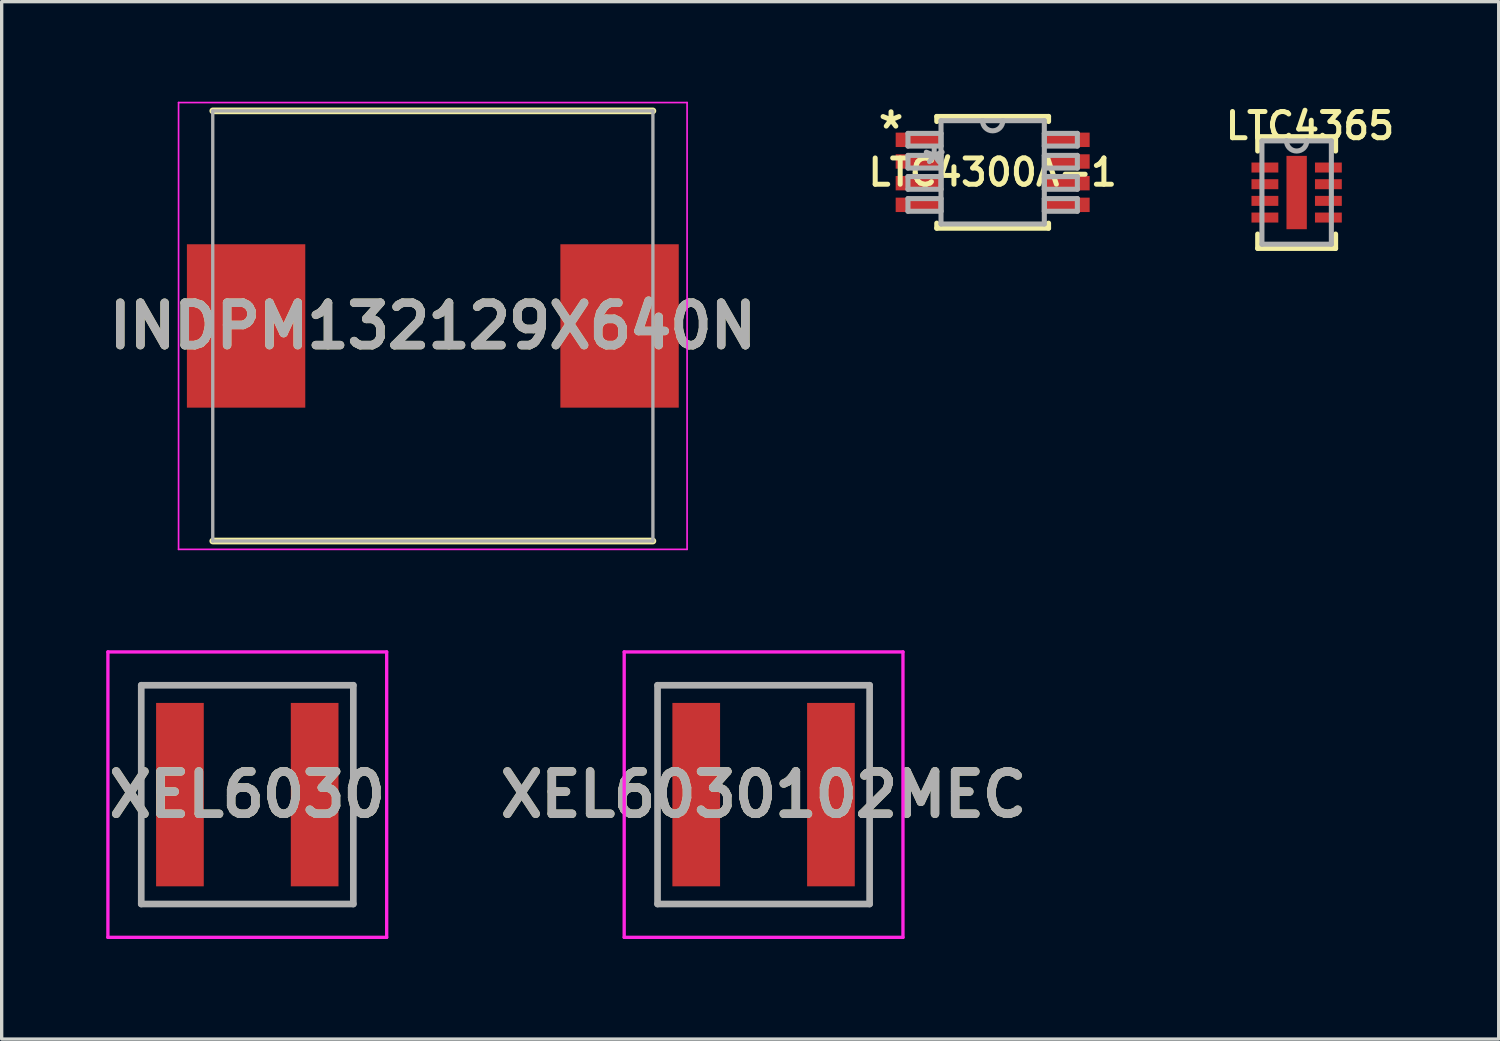
<source format=kicad_pcb>
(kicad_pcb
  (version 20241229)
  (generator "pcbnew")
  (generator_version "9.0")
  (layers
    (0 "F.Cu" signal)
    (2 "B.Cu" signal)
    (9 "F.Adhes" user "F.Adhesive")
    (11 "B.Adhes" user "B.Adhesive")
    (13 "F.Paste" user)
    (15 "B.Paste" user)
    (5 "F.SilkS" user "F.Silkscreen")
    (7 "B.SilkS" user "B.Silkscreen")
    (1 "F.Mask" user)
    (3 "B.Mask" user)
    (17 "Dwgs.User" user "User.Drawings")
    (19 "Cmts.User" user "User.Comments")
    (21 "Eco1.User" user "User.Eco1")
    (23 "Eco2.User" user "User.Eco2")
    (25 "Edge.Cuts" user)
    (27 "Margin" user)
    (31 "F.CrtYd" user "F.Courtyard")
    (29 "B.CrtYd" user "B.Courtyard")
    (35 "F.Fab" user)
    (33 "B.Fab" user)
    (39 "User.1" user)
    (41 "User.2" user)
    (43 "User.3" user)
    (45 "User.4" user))
  (footprint "LTC4365"
    (layer "F.Cu")
    (at 35.835 2.724)
    (property "Reference" "LTC4365" (at 0.4 -2 0) (layer "F.SilkS") (effects (font (size 0.787 0.787) (thickness 0.15))))
    (attr smd)
    (fp_line (start -1.168 -1.676) (end -1.168 -1.245) (stroke (width 0.152) (type solid)) (layer "F.SilkS"))
    (fp_line (start -1.168 1.245) (end -1.168 1.676) (stroke (width 0.152) (type solid)) (layer "F.SilkS"))
    (fp_line (start -1.168 1.676) (end 1.168 1.676) (stroke (width 0.152) (type solid)) (layer "F.SilkS"))
    (fp_line (start 1.168 -1.676) (end -1.168 -1.676) (stroke (width 0.152) (type solid)) (layer "F.SilkS"))
    (fp_line (start 1.168 -1.245) (end 1.168 -1.676) (stroke (width 0.152) (type solid)) (layer "F.SilkS"))
    (fp_line (start 1.168 1.676) (end 1.168 1.245) (stroke (width 0.152) (type solid)) (layer "F.SilkS"))
    (fp_poly (pts (xy -0.305 -1.1) (xy -0.305 1.1) (xy 0.305 1.1) (xy 0.305 -1.1)) (stroke (width 0.025) (type solid)) (fill yes) (layer "F.Paste"))
    (fp_line (start -1.041 -1.549) (end -1.041 1.549) (stroke (width 0.152) (type solid)) (layer "F.Fab"))
    (fp_line (start -1.041 1.549) (end 1.041 1.549) (stroke (width 0.152) (type solid)) (layer "F.Fab"))
    (fp_line (start -0.305 -1.549) (end -1.041 -1.549) (stroke (width 0.152) (type solid)) (layer "F.Fab"))
    (fp_line (start 0.305 -1.549) (end -0.305 -1.549) (stroke (width 0.152) (type solid)) (layer "F.Fab"))
    (fp_line (start 1.041 -1.549) (end 0.305 -1.549) (stroke (width 0.152) (type solid)) (layer "F.Fab"))
    (fp_line (start 1.041 1.549) (end 1.041 -1.549) (stroke (width 0.152) (type solid)) (layer "F.Fab"))
    (fp_arc (start 0.3048 -1.5494) (mid 0 -1.2446) (end -0.3048 -1.5494) (stroke (width 0.1524) (type solid)) (layer "F.Fab"))
    (pad "1" smd rect (at -0.952 -0.75) (size 0.805 0.3) (layers "F.Cu" "F.Mask" "F.Paste"))
    (pad "1" smd rect (at 0 0) (size 0.61 2.2) (layers "F.Cu" "F.Mask"))
    (pad "2" smd rect (at -0.952 -0.25) (size 0.805 0.3) (layers "F.Cu" "F.Mask" "F.Paste"))
    (pad "3" smd rect (at -0.952 0.25) (size 0.805 0.3) (layers "F.Cu" "F.Mask" "F.Paste"))
    (pad "4" smd rect (at -0.952 0.75) (size 0.805 0.3) (layers "F.Cu" "F.Mask" "F.Paste"))
    (pad "5" smd rect (at 0.952 0.75) (size 0.805 0.3) (layers "F.Cu" "F.Mask" "F.Paste"))
    (pad "6" smd rect (at 0.952 0.25) (size 0.805 0.3) (layers "F.Cu" "F.Mask" "F.Paste"))
    (pad "7" smd rect (at 0.952 -0.25) (size 0.805 0.3) (layers "F.Cu" "F.Mask" "F.Paste"))
    (pad "8" smd rect (at 0.952 -0.75) (size 0.805 0.3) (layers "F.Cu" "F.Mask" "F.Paste")))
  (footprint "XEL6030"
    (layer "F.Cu")
    (at 4.366 20.78)
    (property "Reference" "XEL6030" (at 0 0 0) (layer "F.SilkS") (effects (font (size 1.27 1.27) (thickness 0.254))))
    (attr smd)
    (fp_line (start -3.18 -3.28) (end 3.18 -3.28) (stroke (width 0.1) (type solid)) (layer "F.SilkS"))
    (fp_line (start -3.18 3.28) (end -3.18 -3.28) (stroke (width 0.1) (type solid)) (layer "F.SilkS"))
    (fp_line (start 3.18 -3.28) (end 3.18 3.28) (stroke (width 0.1) (type solid)) (layer "F.SilkS"))
    (fp_line (start 3.18 3.28) (end -3.18 3.28) (stroke (width 0.1) (type solid)) (layer "F.SilkS"))
    (fp_line (start -4.18 -4.28) (end 4.18 -4.28) (stroke (width 0.1) (type solid)) (layer "F.CrtYd"))
    (fp_line (start -4.18 4.28) (end -4.18 -4.28) (stroke (width 0.1) (type solid)) (layer "F.CrtYd"))
    (fp_line (start 4.18 -4.28) (end 4.18 4.28) (stroke (width 0.1) (type solid)) (layer "F.CrtYd"))
    (fp_line (start 4.18 4.28) (end -4.18 4.28) (stroke (width 0.1) (type solid)) (layer "F.CrtYd"))
    (fp_line (start -3.18 -3.28) (end 3.18 -3.28) (stroke (width 0.2) (type solid)) (layer "F.Fab"))
    (fp_line (start -3.18 3.28) (end -3.18 -3.28) (stroke (width 0.2) (type solid)) (layer "F.Fab"))
    (fp_line (start 3.18 -3.28) (end 3.18 3.28) (stroke (width 0.2) (type solid)) (layer "F.Fab"))
    (fp_line (start 3.18 3.28) (end -3.18 3.28) (stroke (width 0.2) (type solid)) (layer "F.Fab"))
    (fp_text user "${REFERENCE}" (at 0 0 0) (layer "F.Fab") (effects (font (size 1.27 1.27) (thickness 0.254))))
    (pad "1" smd rect (at -2.02 0) (size 1.43 5.5) (layers "F.Cu" "F.Mask" "F.Paste"))
    (pad "2" smd rect (at 2.02 0) (size 1.43 5.5) (layers "F.Cu" "F.Mask" "F.Paste")))
  (footprint "INDPM132129X640N"
    (layer "F.Cu")
    (at 9.93 6.725)
    (property "Reference" "INDPM132129X640N" (at 0 0 0) (layer "F.SilkS") (effects (font (size 1.27 1.27) (thickness 0.254))))
    (attr smd)
    (fp_line (start -6.6 6.45) (end 6.6 6.45) (stroke (width 0.2) (type solid)) (layer "F.SilkS"))
    (fp_line (start 6.6 -6.45) (end -6.6 -6.45) (stroke (width 0.2) (type solid)) (layer "F.SilkS"))
    (fp_line (start -7.625 -6.7) (end 7.625 -6.7) (stroke (width 0.05) (type solid)) (layer "F.CrtYd"))
    (fp_line (start -7.625 6.7) (end -7.625 -6.7) (stroke (width 0.05) (type solid)) (layer "F.CrtYd"))
    (fp_line (start 7.625 -6.7) (end 7.625 6.7) (stroke (width 0.05) (type solid)) (layer "F.CrtYd"))
    (fp_line (start 7.625 6.7) (end -7.625 6.7) (stroke (width 0.05) (type solid)) (layer "F.CrtYd"))
    (fp_line (start -6.6 -6.45) (end 6.6 -6.45) (stroke (width 0.1) (type solid)) (layer "F.Fab"))
    (fp_line (start -6.6 6.45) (end -6.6 -6.45) (stroke (width 0.1) (type solid)) (layer "F.Fab"))
    (fp_line (start 6.6 -6.45) (end 6.6 6.45) (stroke (width 0.1) (type solid)) (layer "F.Fab"))
    (fp_line (start 6.6 6.45) (end -6.6 6.45) (stroke (width 0.1) (type solid)) (layer "F.Fab"))
    (fp_text user "${REFERENCE}" (at 0 0 0) (layer "F.Fab") (effects (font (size 1.27 1.27) (thickness 0.254))))
    (pad "1" smd rect (at -5.6 0) (size 3.55 4.9) (layers "F.Cu" "F.Mask" "F.Paste"))
    (pad "2" smd rect (at 5.6 0) (size 3.55 4.9) (layers "F.Cu" "F.Mask" "F.Paste")))
  (footprint "XEL6030102MEC"
    (layer "F.Cu")
    (at 19.849 20.78)
    (property "Reference" "XEL6030102MEC" (at 0 0 0) (layer "F.SilkS") (effects (font (size 1.27 1.27) (thickness 0.254))))
    (attr smd)
    (fp_line (start -3.18 -3.28) (end 3.18 -3.28) (stroke (width 0.1) (type solid)) (layer "F.SilkS"))
    (fp_line (start -3.18 3.28) (end -3.18 -3.28) (stroke (width 0.1) (type solid)) (layer "F.SilkS"))
    (fp_line (start 3.18 -3.28) (end 3.18 3.28) (stroke (width 0.1) (type solid)) (layer "F.SilkS"))
    (fp_line (start 3.18 3.28) (end -3.18 3.28) (stroke (width 0.1) (type solid)) (layer "F.SilkS"))
    (fp_line (start -4.18 -4.28) (end 4.18 -4.28) (stroke (width 0.1) (type solid)) (layer "F.CrtYd"))
    (fp_line (start -4.18 4.28) (end -4.18 -4.28) (stroke (width 0.1) (type solid)) (layer "F.CrtYd"))
    (fp_line (start 4.18 -4.28) (end 4.18 4.28) (stroke (width 0.1) (type solid)) (layer "F.CrtYd"))
    (fp_line (start 4.18 4.28) (end -4.18 4.28) (stroke (width 0.1) (type solid)) (layer "F.CrtYd"))
    (fp_line (start -3.18 -3.28) (end 3.18 -3.28) (stroke (width 0.2) (type solid)) (layer "F.Fab"))
    (fp_line (start -3.18 3.28) (end -3.18 -3.28) (stroke (width 0.2) (type solid)) (layer "F.Fab"))
    (fp_line (start 3.18 -3.28) (end 3.18 3.28) (stroke (width 0.2) (type solid)) (layer "F.Fab"))
    (fp_line (start 3.18 3.28) (end -3.18 3.28) (stroke (width 0.2) (type solid)) (layer "F.Fab"))
    (fp_text user "${REFERENCE}" (at 0 0 0) (layer "F.Fab") (effects (font (size 1.27 1.27) (thickness 0.254))))
    (pad "1" smd rect (at -2.02 0) (size 1.43 5.5) (layers "F.Cu" "F.Mask" "F.Paste"))
    (pad "2" smd rect (at 2.02 0) (size 1.43 5.5) (layers "F.Cu" "F.Mask" "F.Paste")))
  (footprint "LTC4300A-1"
    (layer "F.Cu")
    (at 26.719 2.118)
    (property "Reference" "LTC4300A-1" (at 0 0 0) (layer "F.SilkS") (effects (font (size 0.787 0.787) (thickness 0.15))))
    (attr smd)
    (fp_line (start -1.676 -1.676) (end -1.676 -1.524) (stroke (width 0.152) (type solid)) (layer "F.SilkS"))
    (fp_line (start -1.676 1.524) (end -1.676 1.676) (stroke (width 0.152) (type solid)) (layer "F.SilkS"))
    (fp_line (start -1.676 1.676) (end 1.676 1.676) (stroke (width 0.152) (type solid)) (layer "F.SilkS"))
    (fp_line (start 1.676 -1.676) (end -1.676 -1.676) (stroke (width 0.152) (type solid)) (layer "F.SilkS"))
    (fp_line (start 1.676 -1.524) (end 1.676 -1.676) (stroke (width 0.152) (type solid)) (layer "F.SilkS"))
    (fp_line (start 1.676 1.676) (end 1.676 1.524) (stroke (width 0.152) (type solid)) (layer "F.SilkS"))
    (fp_line (start -2.54 -1.168) (end -2.54 -0.787) (stroke (width 0.152) (type solid)) (layer "F.Fab"))
    (fp_line (start -2.54 -0.787) (end -1.549 -0.787) (stroke (width 0.152) (type solid)) (layer "F.Fab"))
    (fp_line (start -2.54 -0.508) (end -2.54 -0.127) (stroke (width 0.152) (type solid)) (layer "F.Fab"))
    (fp_line (start -2.54 -0.127) (end -1.549 -0.127) (stroke (width 0.152) (type solid)) (layer "F.Fab"))
    (fp_line (start -2.54 0.127) (end -2.54 0.508) (stroke (width 0.152) (type solid)) (layer "F.Fab"))
    (fp_line (start -2.54 0.508) (end -1.549 0.508) (stroke (width 0.152) (type solid)) (layer "F.Fab"))
    (fp_line (start -2.54 0.787) (end -2.54 1.168) (stroke (width 0.152) (type solid)) (layer "F.Fab"))
    (fp_line (start -2.54 1.168) (end -1.549 1.168) (stroke (width 0.152) (type solid)) (layer "F.Fab"))
    (fp_line (start -1.549 -1.549) (end -1.549 1.549) (stroke (width 0.152) (type solid)) (layer "F.Fab"))
    (fp_line (start -1.549 -1.168) (end -2.54 -1.168) (stroke (width 0.152) (type solid)) (layer "F.Fab"))
    (fp_line (start -1.549 -0.787) (end -1.549 -1.168) (stroke (width 0.152) (type solid)) (layer "F.Fab"))
    (fp_line (start -1.549 -0.508) (end -2.54 -0.508) (stroke (width 0.152) (type solid)) (layer "F.Fab"))
    (fp_line (start -1.549 -0.127) (end -1.549 -0.508) (stroke (width 0.152) (type solid)) (layer "F.Fab"))
    (fp_line (start -1.549 0.127) (end -2.54 0.127) (stroke (width 0.152) (type solid)) (layer "F.Fab"))
    (fp_line (start -1.549 0.508) (end -1.549 0.127) (stroke (width 0.152) (type solid)) (layer "F.Fab"))
    (fp_line (start -1.549 0.787) (end -2.54 0.787) (stroke (width 0.152) (type solid)) (layer "F.Fab"))
    (fp_line (start -1.549 1.168) (end -1.549 0.787) (stroke (width 0.152) (type solid)) (layer "F.Fab"))
    (fp_line (start -1.549 1.549) (end 1.549 1.549) (stroke (width 0.152) (type solid)) (layer "F.Fab"))
    (fp_line (start -0.305 -1.549) (end -1.549 -1.549) (stroke (width 0.152) (type solid)) (layer "F.Fab"))
    (fp_line (start 0.305 -1.549) (end -0.305 -1.549) (stroke (width 0.152) (type solid)) (layer "F.Fab"))
    (fp_line (start 1.549 -1.549) (end 0.305 -1.549) (stroke (width 0.152) (type solid)) (layer "F.Fab"))
    (fp_line (start 1.549 -1.168) (end 1.549 -0.787) (stroke (width 0.152) (type solid)) (layer "F.Fab"))
    (fp_line (start 1.549 -0.787) (end 2.54 -0.787) (stroke (width 0.152) (type solid)) (layer "F.Fab"))
    (fp_line (start 1.549 -0.508) (end 1.549 -0.127) (stroke (width 0.152) (type solid)) (layer "F.Fab"))
    (fp_line (start 1.549 -0.127) (end 2.54 -0.127) (stroke (width 0.152) (type solid)) (layer "F.Fab"))
    (fp_line (start 1.549 0.127) (end 1.549 0.508) (stroke (width 0.152) (type solid)) (layer "F.Fab"))
    (fp_line (start 1.549 0.508) (end 2.54 0.508) (stroke (width 0.152) (type solid)) (layer "F.Fab"))
    (fp_line (start 1.549 0.787) (end 1.549 1.168) (stroke (width 0.152) (type solid)) (layer "F.Fab"))
    (fp_line (start 1.549 1.168) (end 2.54 1.168) (stroke (width 0.152) (type solid)) (layer "F.Fab"))
    (fp_line (start 1.549 1.549) (end 1.549 -1.549) (stroke (width 0.152) (type solid)) (layer "F.Fab"))
    (fp_line (start 2.54 -1.168) (end 1.549 -1.168) (stroke (width 0.152) (type solid)) (layer "F.Fab"))
    (fp_line (start 2.54 -0.787) (end 2.54 -1.168) (stroke (width 0.152) (type solid)) (layer "F.Fab"))
    (fp_line (start 2.54 -0.508) (end 1.549 -0.508) (stroke (width 0.152) (type solid)) (layer "F.Fab"))
    (fp_line (start 2.54 -0.127) (end 2.54 -0.508) (stroke (width 0.152) (type solid)) (layer "F.Fab"))
    (fp_line (start 2.54 0.127) (end 1.549 0.127) (stroke (width 0.152) (type solid)) (layer "F.Fab"))
    (fp_line (start 2.54 0.508) (end 2.54 0.127) (stroke (width 0.152) (type solid)) (layer "F.Fab"))
    (fp_line (start 2.54 0.787) (end 1.549 0.787) (stroke (width 0.152) (type solid)) (layer "F.Fab"))
    (fp_line (start 2.54 1.168) (end 2.54 0.787) (stroke (width 0.152) (type solid)) (layer "F.Fab"))
    (fp_arc (start 0.3048 -1.5494) (mid 0 -1.2446) (end -0.3048 -1.5494) (stroke (width 0.1524) (type solid)) (layer "F.Fab"))
    (fp_text user "*" (at -3.048 -1.27 0) (layer "F.SilkS") (effects (font (size 1 1) (thickness 0.15))))
    (fp_text user "*" (at -1.753 -0.203 0) (layer "F.Fab") (effects (font (size 1 1) (thickness 0.15))))
    (pad "1" smd rect (at -2.21 -0.975) (size 1.397 0.432) (layers "F.Cu" "F.Mask" "F.Paste"))
    (pad "2" smd rect (at -2.21 -0.325) (size 1.397 0.432) (layers "F.Cu" "F.Mask" "F.Paste"))
    (pad "3" smd rect (at -2.21 0.325) (size 1.397 0.432) (layers "F.Cu" "F.Mask" "F.Paste"))
    (pad "4" smd rect (at -2.21 0.975) (size 1.397 0.432) (layers "F.Cu" "F.Mask" "F.Paste"))
    (pad "5" smd rect (at 2.21 0.975) (size 1.397 0.432) (layers "F.Cu" "F.Mask" "F.Paste"))
    (pad "6" smd rect (at 2.21 0.325) (size 1.397 0.432) (layers "F.Cu" "F.Mask" "F.Paste"))
    (pad "7" smd rect (at 2.21 -0.325) (size 1.397 0.432) (layers "F.Cu" "F.Mask" "F.Paste"))
    (pad "8" smd rect (at 2.21 -0.975) (size 1.397 0.432) (layers "F.Cu" "F.Mask" "F.Paste")))
  (gr_rect
    (start -3 -3)
    (end 41.894 28.11)
    (stroke (width 0.1) (type default))
    (fill no)
    (layer "Edge.Cuts")))
</source>
